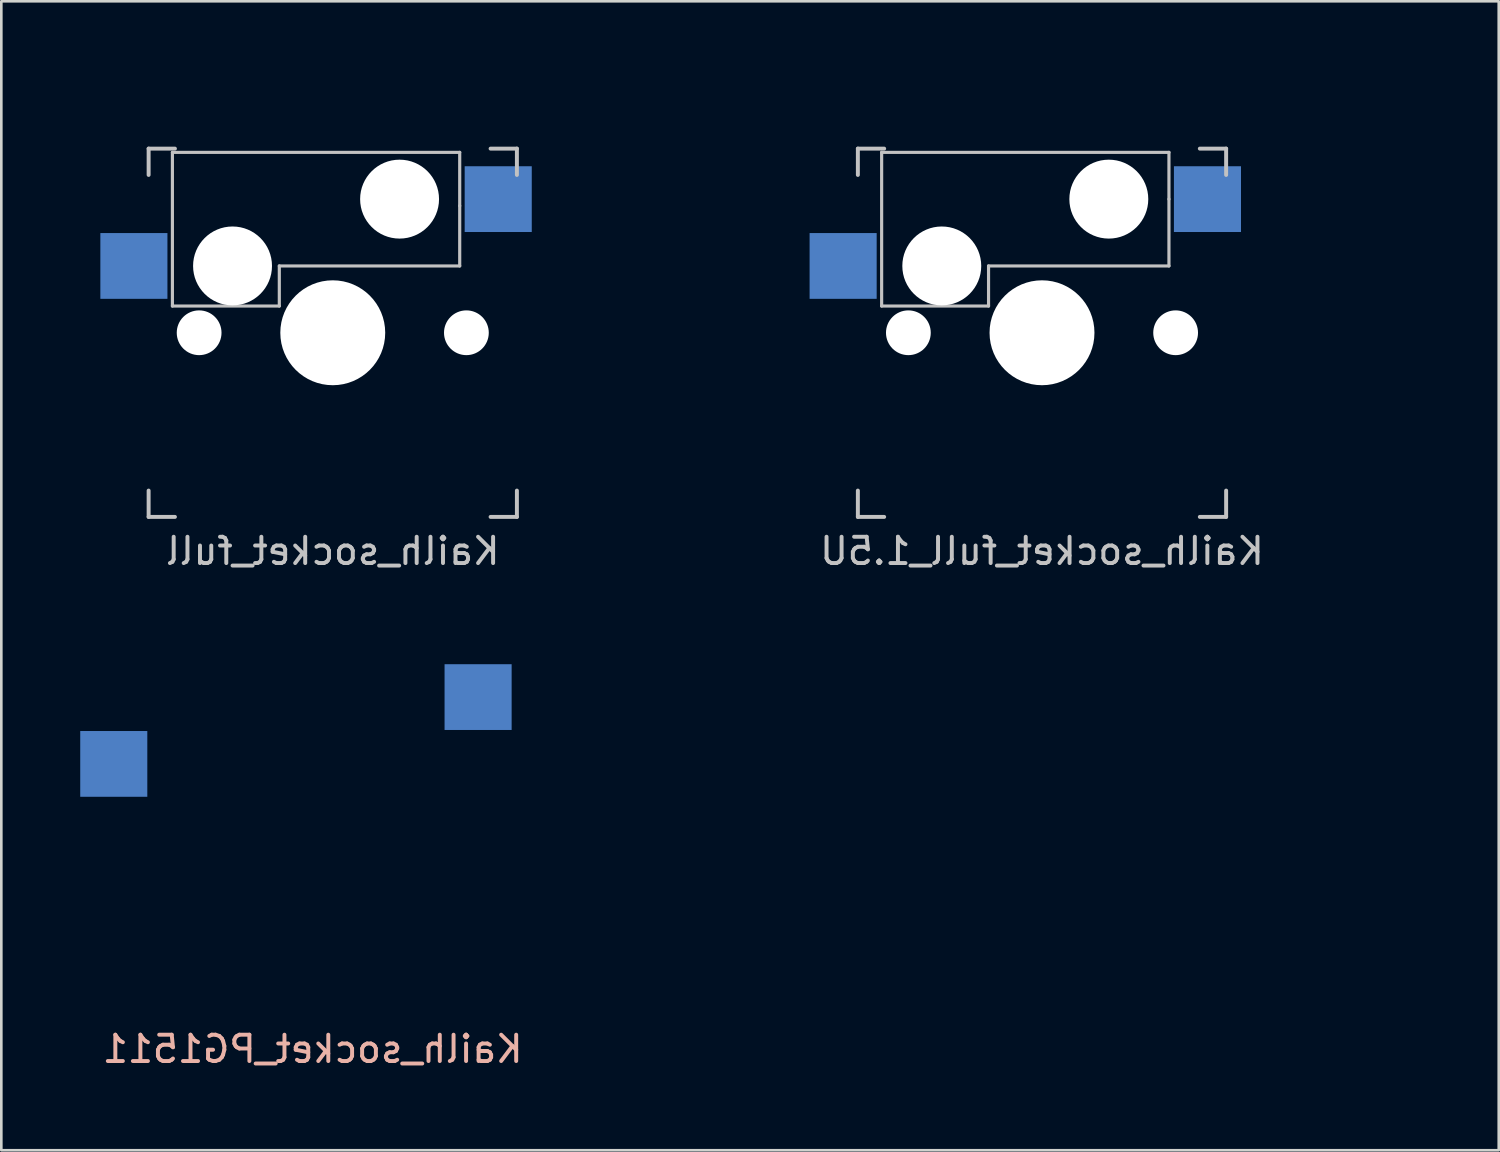
<source format=kicad_pcb>
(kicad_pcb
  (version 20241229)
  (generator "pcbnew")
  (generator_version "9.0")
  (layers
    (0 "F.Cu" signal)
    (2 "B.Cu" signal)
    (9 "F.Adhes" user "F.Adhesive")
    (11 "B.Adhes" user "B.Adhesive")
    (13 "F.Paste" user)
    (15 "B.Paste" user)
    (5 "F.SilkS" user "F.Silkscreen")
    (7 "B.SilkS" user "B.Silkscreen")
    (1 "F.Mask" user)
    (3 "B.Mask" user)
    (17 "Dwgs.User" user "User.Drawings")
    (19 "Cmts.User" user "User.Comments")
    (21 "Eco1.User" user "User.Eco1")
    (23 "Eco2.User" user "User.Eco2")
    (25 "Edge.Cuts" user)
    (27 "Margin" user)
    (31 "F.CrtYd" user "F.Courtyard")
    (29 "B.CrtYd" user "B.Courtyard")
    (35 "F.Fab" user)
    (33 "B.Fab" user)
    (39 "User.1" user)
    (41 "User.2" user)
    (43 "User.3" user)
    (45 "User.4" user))
  (footprint "Kailh_socket_full_1.5U"
    (layer "F.Cu")
    (at 36.562 9.6)
    (property "Reference" "Kailh_socket_full_1.5U" (at 0 8.3 0) (layer "Dwgs.User") (effects (font (size 1 1) (thickness 0.15)) (justify mirror)))
    (attr through_hole)
    (fp_line (start -7 -7) (end -6 -7) (stroke (width 0.15) (type solid)) (layer "Dwgs.User"))
    (fp_line (start -7 -6) (end -7 -7) (stroke (width 0.15) (type solid)) (layer "Dwgs.User"))
    (fp_line (start -7 7) (end -7 6) (stroke (width 0.15) (type solid)) (layer "Dwgs.User"))
    (fp_line (start -6.096 -6.858) (end -6.096 -1.016) (stroke (width 0.12) (type solid)) (layer "Dwgs.User"))
    (fp_line (start -6.096 -1.016) (end -2.032 -1.016) (stroke (width 0.12) (type solid)) (layer "Dwgs.User"))
    (fp_line (start -6 7) (end -7 7) (stroke (width 0.15) (type solid)) (layer "Dwgs.User"))
    (fp_line (start -2.032 -2.54) (end 4.826 -2.54) (stroke (width 0.12) (type solid)) (layer "Dwgs.User"))
    (fp_line (start -2.032 -1.016) (end -2.032 -2.54) (stroke (width 0.12) (type solid)) (layer "Dwgs.User"))
    (fp_line (start 4.826 -6.858) (end -6.096 -6.858) (stroke (width 0.12) (type solid)) (layer "Dwgs.User"))
    (fp_line (start 4.826 -5.08) (end 4.826 -6.858) (stroke (width 0.12) (type solid)) (layer "Dwgs.User"))
    (fp_line (start 4.826 -2.54) (end 4.826 -5.08) (stroke (width 0.12) (type solid)) (layer "Dwgs.User"))
    (fp_line (start 6 -7) (end 7 -7) (stroke (width 0.15) (type solid)) (layer "Dwgs.User"))
    (fp_line (start 7 -7) (end 7 -6) (stroke (width 0.15) (type solid)) (layer "Dwgs.User"))
    (fp_line (start 7 6) (end 7 7) (stroke (width 0.15) (type solid)) (layer "Dwgs.User"))
    (fp_line (start 7 7) (end 6 7) (stroke (width 0.15) (type solid)) (layer "Dwgs.User"))
    (fp_line (start -14.287 -9.525) (end 14.287 -9.525) (stroke (width 0.15) (type solid)) (layer "Eco2.User"))
    (fp_line (start -14.287 9.525) (end -14.287 -9.525) (stroke (width 0.15) (type solid)) (layer "Eco2.User"))
    (fp_line (start -6.9 6.9) (end -6.9 -6.9) (stroke (width 0.15) (type solid)) (layer "Eco2.User"))
    (fp_line (start -6.9 6.9) (end 6.9 6.9) (stroke (width 0.15) (type solid)) (layer "Eco2.User"))
    (fp_line (start 6.9 -6.9) (end -6.9 -6.9) (stroke (width 0.15) (type solid)) (layer "Eco2.User"))
    (fp_line (start 6.9 -6.9) (end 6.9 6.9) (stroke (width 0.15) (type solid)) (layer "Eco2.User"))
    (fp_line (start 14.287 9.525) (end -14.287 9.525) (stroke (width 0.15) (type solid)) (layer "Eco2.User"))
    (fp_line (start 14.287 9.525) (end 14.287 -9.525) (stroke (width 0.15) (type solid)) (layer "Eco2.User"))
    (pad "" np_thru_hole circle (at -5.08 0) (size 1.702 1.702) (drill 1.702) (layers "*.Cu" "*.Mask"))
    (pad "" np_thru_hole circle (at -3.81 -2.54) (size 3 3) (drill 3) (layers "*.Cu" "*.Mask"))
    (pad "" np_thru_hole circle (at 0 0) (size 3.988 3.988) (drill 3.988) (layers "*.Cu" "*.Mask"))
    (pad "" np_thru_hole circle (at 2.54 -5.08) (size 3 3) (drill 3) (layers "*.Cu" "*.Mask"))
    (pad "" np_thru_hole circle (at 5.08 0) (size 1.702 1.702) (drill 1.702) (layers "*.Cu" "*.Mask"))
    (pad "1" smd rect (at 6.29 -5.08) (size 2.55 2.5) (layers "B.Cu" "B.Mask" "B.Paste"))
    (pad "2" smd rect (at -7.56 -2.54) (size 2.55 2.5) (layers "B.Cu" "B.Mask" "B.Paste")))
  (footprint "Kailh_socket_full"
    (layer "F.Cu")
    (at 9.6 9.6)
    (property "Reference" "Kailh_socket_full" (at 0 8.3 0) (layer "Dwgs.User") (effects (font (size 1 1) (thickness 0.15)) (justify mirror)))
    (attr through_hole)
    (fp_line (start -7 -7) (end -6 -7) (stroke (width 0.15) (type solid)) (layer "Dwgs.User"))
    (fp_line (start -7 -6) (end -7 -7) (stroke (width 0.15) (type solid)) (layer "Dwgs.User"))
    (fp_line (start -7 7) (end -7 6) (stroke (width 0.15) (type solid)) (layer "Dwgs.User"))
    (fp_line (start -6.096 -6.858) (end -6.096 -1.016) (stroke (width 0.12) (type solid)) (layer "Dwgs.User"))
    (fp_line (start -6.096 -1.016) (end -2.032 -1.016) (stroke (width 0.12) (type solid)) (layer "Dwgs.User"))
    (fp_line (start -6 7) (end -7 7) (stroke (width 0.15) (type solid)) (layer "Dwgs.User"))
    (fp_line (start -2.032 -2.54) (end 4.826 -2.54) (stroke (width 0.12) (type solid)) (layer "Dwgs.User"))
    (fp_line (start -2.032 -1.016) (end -2.032 -2.54) (stroke (width 0.12) (type solid)) (layer "Dwgs.User"))
    (fp_line (start 4.826 -6.858) (end -6.096 -6.858) (stroke (width 0.12) (type solid)) (layer "Dwgs.User"))
    (fp_line (start 4.826 -4.826) (end 4.826 -6.858) (stroke (width 0.12) (type solid)) (layer "Dwgs.User"))
    (fp_line (start 4.826 -2.54) (end 4.826 -4.826) (stroke (width 0.12) (type solid)) (layer "Dwgs.User"))
    (fp_line (start 6 -7) (end 7 -7) (stroke (width 0.15) (type solid)) (layer "Dwgs.User"))
    (fp_line (start 7 -7) (end 7 -6) (stroke (width 0.15) (type solid)) (layer "Dwgs.User"))
    (fp_line (start 7 6) (end 7 7) (stroke (width 0.15) (type solid)) (layer "Dwgs.User"))
    (fp_line (start 7 7) (end 6 7) (stroke (width 0.15) (type solid)) (layer "Dwgs.User"))
    (fp_line (start -9.525 9.525) (end -9.525 -9.525) (stroke (width 0.15) (type solid)) (layer "Eco2.User"))
    (fp_line (start -9.525 9.525) (end 9.525 9.525) (stroke (width 0.15) (type solid)) (layer "Eco2.User"))
    (fp_line (start -6.9 6.9) (end -6.9 -6.9) (stroke (width 0.15) (type solid)) (layer "Eco2.User"))
    (fp_line (start -6.9 6.9) (end 6.9 6.9) (stroke (width 0.15) (type solid)) (layer "Eco2.User"))
    (fp_line (start 6.9 -6.9) (end -6.9 -6.9) (stroke (width 0.15) (type solid)) (layer "Eco2.User"))
    (fp_line (start 6.9 -6.9) (end 6.9 6.9) (stroke (width 0.15) (type solid)) (layer "Eco2.User"))
    (fp_line (start 9.525 -9.525) (end -9.525 -9.525) (stroke (width 0.15) (type solid)) (layer "Eco2.User"))
    (fp_line (start 9.525 9.525) (end 9.525 -9.525) (stroke (width 0.15) (type solid)) (layer "Eco2.User"))
    (pad "" np_thru_hole circle (at -5.08 0) (size 1.702 1.702) (drill 1.702) (layers "*.Cu" "*.Mask"))
    (pad "" np_thru_hole circle (at -3.81 -2.54) (size 3 3) (drill 3) (layers "*.Cu" "*.Mask"))
    (pad "" np_thru_hole circle (at 0 0) (size 3.988 3.988) (drill 3.988) (layers "*.Cu" "*.Mask"))
    (pad "" np_thru_hole circle (at 2.54 -5.08) (size 3 3) (drill 3) (layers "*.Cu" "*.Mask"))
    (pad "" np_thru_hole circle (at 5.08 0) (size 1.702 1.702) (drill 1.702) (layers "*.Cu" "*.Mask"))
    (pad "1" smd rect (at 6.29 -5.08) (size 2.55 2.5) (layers "B.Cu" "B.Mask" "B.Paste"))
    (pad "2" smd rect (at -7.56 -2.54) (size 2.55 2.5) (layers "B.Cu" "B.Mask" "B.Paste")))
  (footprint "Kailh_socket_PG1511"
    (layer "F.Cu")
    (at 8.835 28.53)
    (property "Reference" "Kailh_socket_PG1511" (at 0 8.3 0) (layer "B.SilkS") (effects (font (size 1 1) (thickness 0.15)) (justify mirror)))
    (attr through_hole)
    (pad "1" smd rect (at 6.29 -5.08) (size 2.55 2.5) (layers "B.Cu" "B.Mask" "B.Paste"))
    (pad "2" smd rect (at -7.56 -2.54) (size 2.55 2.5) (layers "B.Cu" "B.Mask" "B.Paste")))
  (gr_rect
    (start -3 -3)
    (end 53.925 40.678)
    (stroke (width 0.1) (type default))
    (fill no)
    (layer "Edge.Cuts")))
</source>
